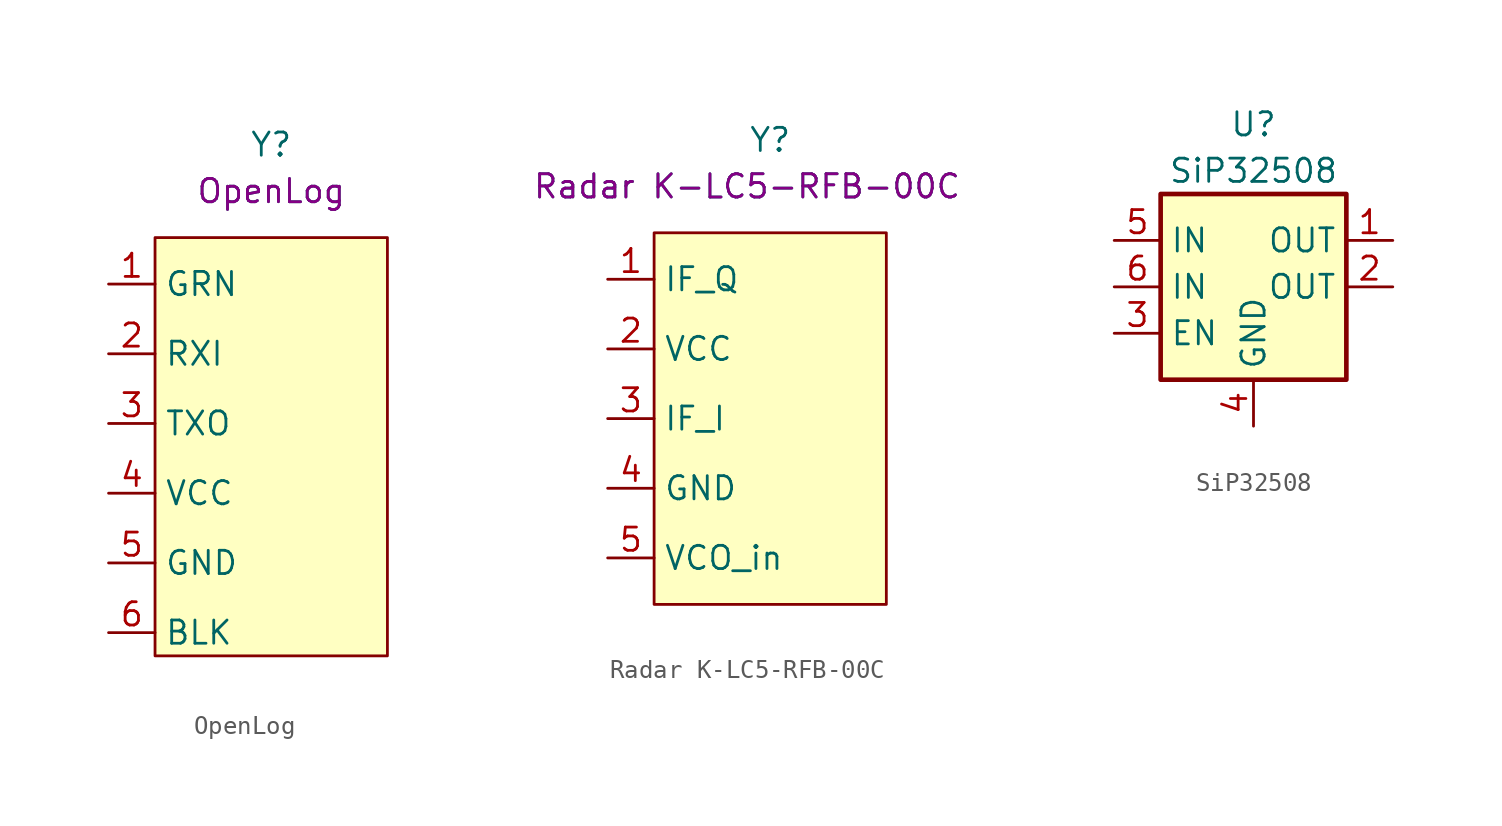
<source format=kicad_sym>
(kicad_symbol_lib
  (version 20220914)
  (generator kicad_symbol_editor)
  (symbol "OpenLog"
    (property "Reference" "Y"
      (at 0 16.51 0)
      (effects (font (size 1.27 1.27))))
    (property "Value" "${SIM.PARAMS}"
      (at 0 13.97 0)
      (effects (font (size 1.27 1.27))))
    (property "Sim.Params" "OpenLog"
      (at 0 13.97 0)
      (effects (font (size 1.27 1.27))))
    (symbol "OpenLog_0_1"
      (rectangle (start -6.35 11.43) (end 6.35 -11.43) (stroke (width 0) (type default)) (fill (type background))))
    (symbol "OpenLog_1_1"
      (pin input line (at -8.89 8.89 0) (length 2.54) (name "GRN" (effects (font (size 1.27 1.27)))) (number "1" (effects (font (size 1.27 1.27)))))
      (pin input line (at -8.89 5.08 0) (length 2.54) (name "RXI" (effects (font (size 1.27 1.27)))) (number "2" (effects (font (size 1.27 1.27)))))
      (pin output line (at -8.89 1.27 0) (length 2.54) (name "TXO" (effects (font (size 1.27 1.27)))) (number "3" (effects (font (size 1.27 1.27)))))
      (pin power_in line (at -8.89 -2.54 0) (length 2.54) (name "VCC" (effects (font (size 1.27 1.27)))) (number "4" (effects (font (size 1.27 1.27)))))
      (pin power_in line (at -8.89 -6.35 0) (length 2.54) (name "GND" (effects (font (size 1.27 1.27)))) (number "5" (effects (font (size 1.27 1.27)))))
      (pin power_in line (at -8.89 -10.16 0) (length 2.54) (name "BLK" (effects (font (size 1.27 1.27)))) (number "6" (effects (font (size 1.27 1.27)))))))
  (symbol "Radar K-LC5-RFB-00C"
    (property "Reference" "Y"
      (at 0 15.24 0)
      (effects (font (size 1.27 1.27))))
    (property "Value" "${SIM.PARAMS}"
      (at -1.27 12.7 0)
      (effects (font (size 1.27 1.27))))
    (property "Sim.Params" "Radar K-LC5-RFB-00C"
      (at -1.27 12.7 0)
      (effects (font (size 1.27 1.27))))
    (symbol "Radar K-LC5-RFB-00C_0_1"
      (rectangle (start -6.35 10.16) (end 6.35 -10.16) (stroke (width 0) (type default)) (fill (type background))))
    (symbol "Radar K-LC5-RFB-00C_1_1"
      (pin output line (at -8.89 7.62 0) (length 2.54) (name "IF_Q" (effects (font (size 1.27 1.27)))) (number "1" (effects (font (size 1.27 1.27)))))
      (pin power_in line (at -8.89 3.81 0) (length 2.54) (name "VCC" (effects (font (size 1.27 1.27)))) (number "2" (effects (font (size 1.27 1.27)))))
      (pin output line (at -8.89 0 0) (length 2.54) (name "IF_I" (effects (font (size 1.27 1.27)))) (number "3" (effects (font (size 1.27 1.27)))))
      (pin power_in line (at -8.89 -3.81 0) (length 2.54) (name "GND" (effects (font (size 1.27 1.27)))) (number "4" (effects (font (size 1.27 1.27)))))
      (pin input line (at -8.89 -7.62 0) (length 2.54) (name "VCO_in" (effects (font (size 1.27 1.27)))) (number "5" (effects (font (size 1.27 1.27)))))))
  (symbol "SiP32508"
    (property "Reference" "U"
      (at 0 8.89 0)
      (effects (font (size 1.27 1.27))))
    (property "Value" "SiP32508"
      (at 0 6.35 0)
      (effects (font (size 1.27 1.27))))
    (symbol "SiP32508_0_1"
      (rectangle (start -5.08 5.08) (end 5.08 -5.08) (stroke (width 0.254) (type default)) (fill (type background))))
    (symbol "SiP32508_1_1"
      (pin passive line (at 7.62 2.54 180) (length 2.54) (name "OUT" (effects (font (size 1.27 1.27)))) (number "1" (effects (font (size 1.27 1.27)))))
      (pin passive line (at 7.62 0 180) (length 2.54) (name "OUT" (effects (font (size 1.27 1.27)))) (number "2" (effects (font (size 1.27 1.27)))))
      (pin input line (at -7.62 -2.54 0) (length 2.54) (name "EN" (effects (font (size 1.27 1.27)))) (number "3" (effects (font (size 1.27 1.27)))))
      (pin power_in line (at 0 -7.62 90) (length 2.54) (name "GND" (effects (font (size 1.27 1.27)))) (number "4" (effects (font (size 1.27 1.27)))))
      (pin passive line (at -7.62 2.54 0) (length 2.54) (name "IN" (effects (font (size 1.27 1.27)))) (number "5" (effects (font (size 1.27 1.27)))))
      (pin passive line (at -7.62 0 0) (length 2.54) (name "IN" (effects (font (size 1.27 1.27)))) (number "6" (effects (font (size 1.27 1.27))))))))
</source>
